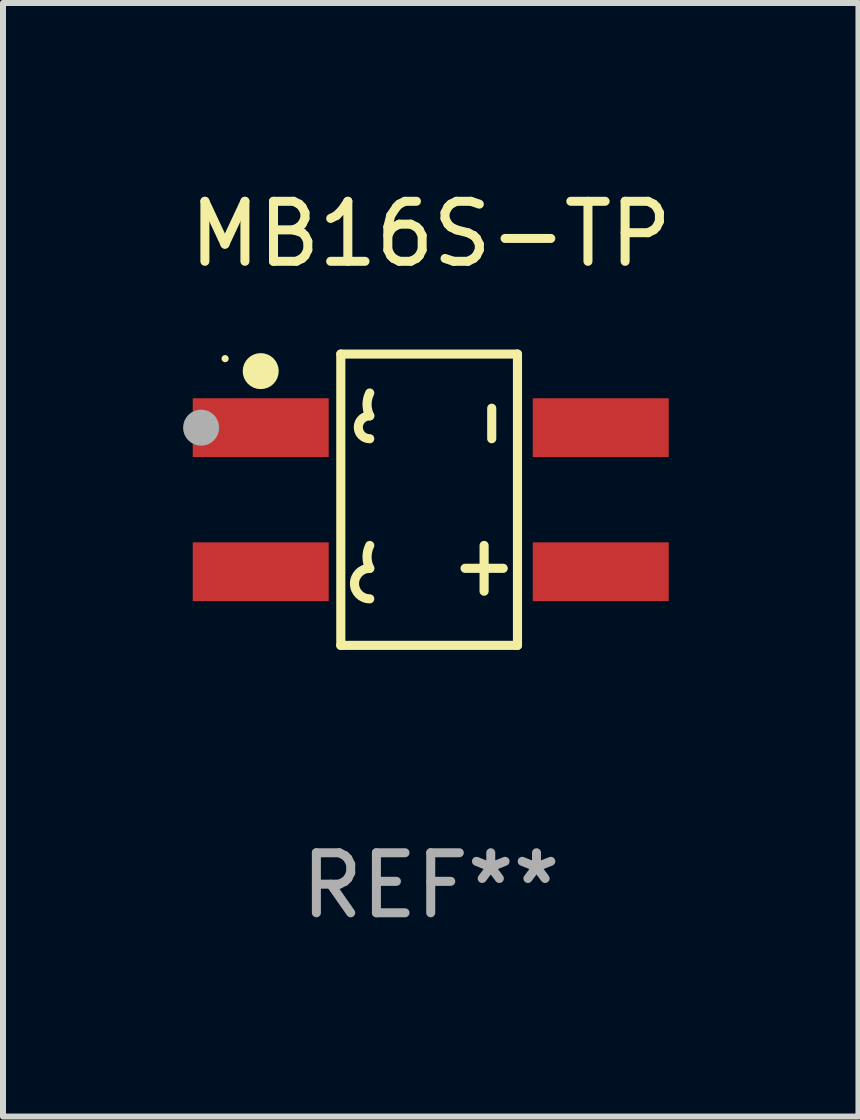
<source format=kicad_pcb>
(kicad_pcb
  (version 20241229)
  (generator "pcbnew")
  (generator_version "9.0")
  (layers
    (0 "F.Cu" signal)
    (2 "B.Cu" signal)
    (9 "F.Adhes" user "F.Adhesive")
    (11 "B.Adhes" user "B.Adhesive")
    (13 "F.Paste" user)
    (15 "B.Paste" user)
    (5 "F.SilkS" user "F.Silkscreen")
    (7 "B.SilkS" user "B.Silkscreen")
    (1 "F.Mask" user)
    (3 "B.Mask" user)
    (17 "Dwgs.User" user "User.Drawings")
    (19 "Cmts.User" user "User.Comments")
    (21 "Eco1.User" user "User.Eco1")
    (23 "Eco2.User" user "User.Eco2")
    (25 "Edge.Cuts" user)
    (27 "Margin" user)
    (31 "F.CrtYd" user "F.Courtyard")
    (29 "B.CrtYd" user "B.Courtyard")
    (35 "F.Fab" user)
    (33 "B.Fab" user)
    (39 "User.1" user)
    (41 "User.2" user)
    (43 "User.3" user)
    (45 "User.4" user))
  (footprint "MB16S-TP"
    (layer "F.Cu")
    (at 4.125 5.274)
    (property "Reference" "MB16S-TP" (at 0 -4.426 0) (layer "F.SilkS") (effects (font (size 1 1) (thickness 0.15))))
    (attr through_hole)
    (fp_line (start -1.498 -2.426) (end -1.498 2.426) (stroke (width 0.152) (type solid)) (layer "F.SilkS"))
    (fp_line (start -1.498 2.426) (end 1.445 2.426) (stroke (width 0.152) (type solid)) (layer "F.SilkS"))
    (fp_line (start 0.572 1.143) (end 1.207 1.143) (stroke (width 0.152) (type solid)) (layer "F.SilkS"))
    (fp_line (start 0.889 0.762) (end 0.889 1.524) (stroke (width 0.152) (type solid)) (layer "F.SilkS"))
    (fp_line (start 1.016 -1.524) (end 1.016 -1.016) (stroke (width 0.152) (type solid)) (layer "F.SilkS"))
    (fp_line (start 1.445 -2.426) (end -1.498 -2.426) (stroke (width 0.152) (type solid)) (layer "F.SilkS"))
    (fp_line (start 1.445 2.426) (end 1.445 -2.426) (stroke (width 0.152) (type solid)) (layer "F.SilkS"))
    (fp_arc (start -1.015951 -1.397003) (mid -1.060922 -1.587503) (end -1.015951 -1.778004) (stroke (width 0.151994) (type solid)) (layer "F.SilkS"))
    (fp_arc (start -1.015951 -1.016002) (mid -1.20635 -1.206528) (end -1.015875 -1.396978) (stroke (width 0.151994) (type solid)) (layer "F.SilkS"))
    (fp_arc (start -1.015951 1.143003) (mid -1.060922 0.952502) (end -1.015951 0.762002) (stroke (width 0.151994) (type solid)) (layer "F.SilkS"))
    (fp_arc (start -1.015951 1.651003) (mid -1.269849 1.396978) (end -1.015875 1.143029) (stroke (width 0.151994) (type solid)) (layer "F.SilkS"))
    (fp_circle (center -3.425 -2.35) (end -3.395 -2.35) (stroke (width 0.06) (type solid)) (fill no) (layer "F.SilkS"))
    (fp_circle (center -2.832 -2.142) (end -2.682 -2.142) (stroke (width 0.3) (type solid)) (fill no) (layer "F.SilkS"))
    (fp_circle (center -3.825 -1.2) (end -3.675 -1.2) (stroke (width 0.3) (type solid)) (fill no) (layer "F.Fab"))
    (fp_text user "REF**" (at 0 6.426 0) (layer "F.Fab") (effects (font (size 1 1) (thickness 0.15))))
    (pad "1" smd rect (at -2.832 -1.2 270) (size 0.98 2.265) (layers "F.Cu" "F.Mask" "F.Paste"))
    (pad "2" smd rect (at -2.832 1.2 270) (size 0.98 2.265) (layers "F.Cu" "F.Mask" "F.Paste"))
    (pad "3" smd rect (at 2.832 1.2 270) (size 0.98 2.265) (layers "F.Cu" "F.Mask" "F.Paste"))
    (pad "4" smd rect (at 2.832 -1.2 270) (size 0.98 2.265) (layers "F.Cu" "F.Mask" "F.Paste")))
  (gr_rect
    (start -3 -3)
    (end 11.25 15.549)
    (stroke (width 0.1) (type default))
    (fill no)
    (layer "Edge.Cuts")))
</source>
